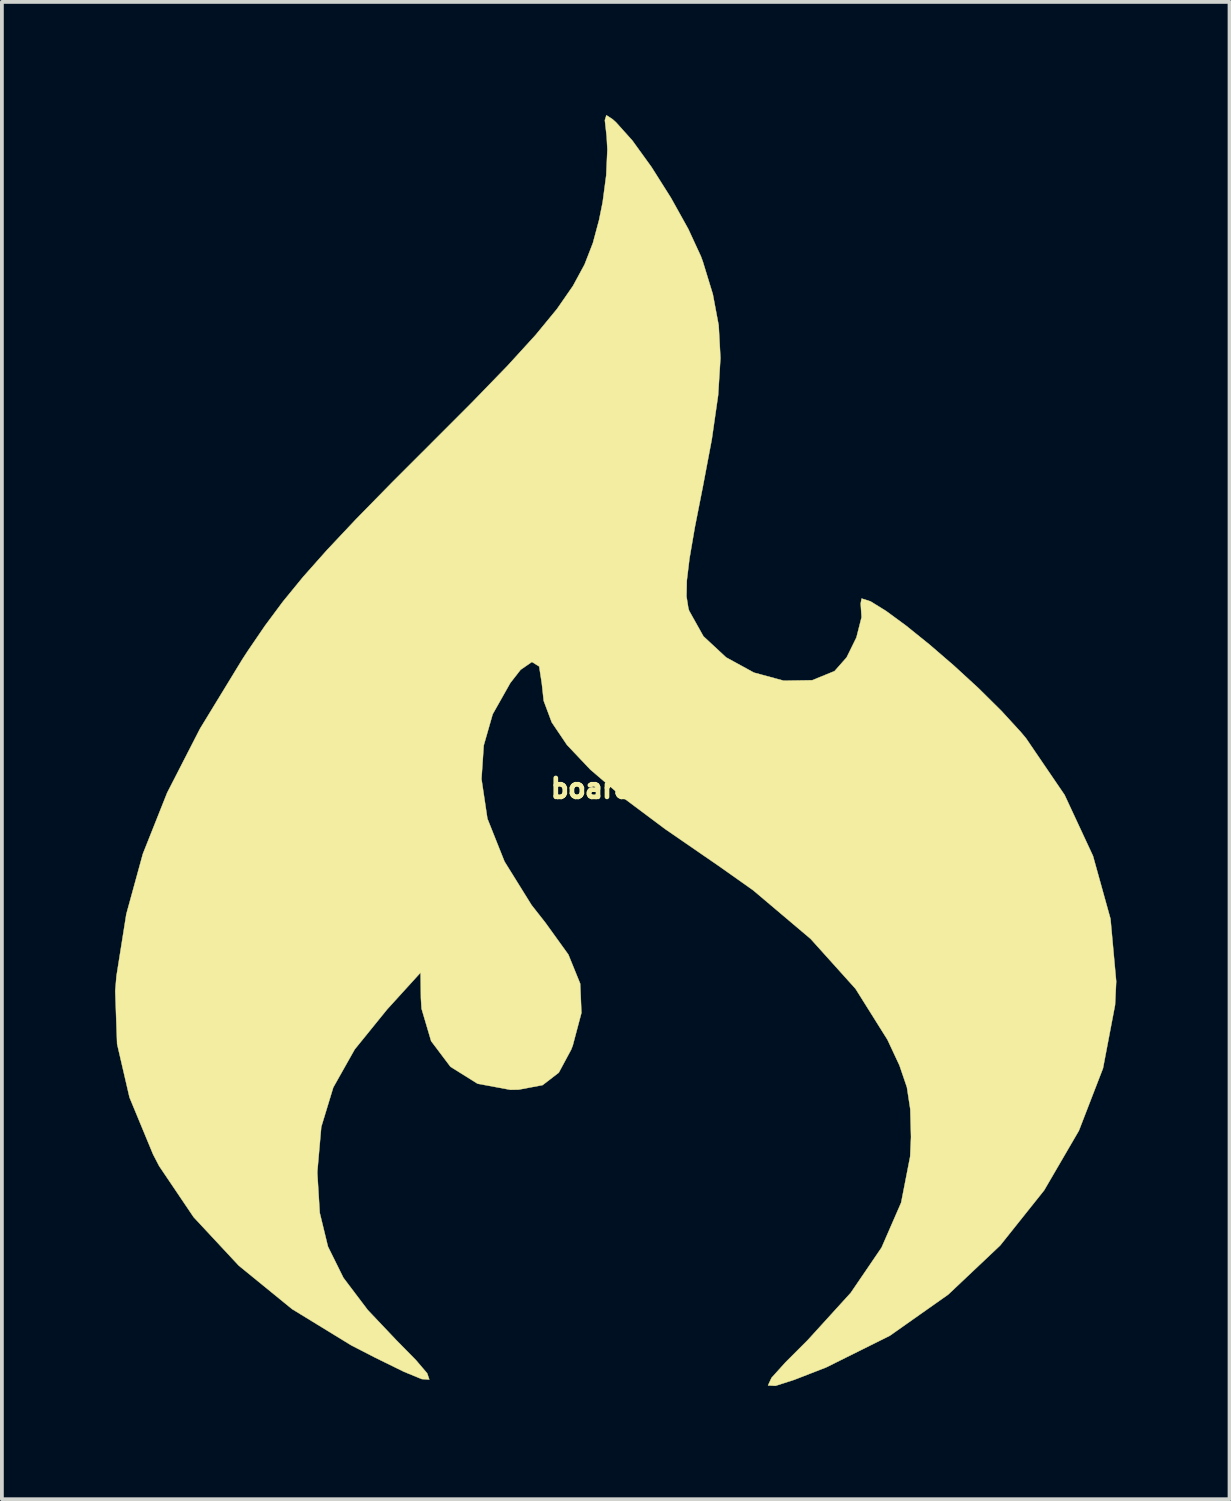
<source format=kicad_pcb>
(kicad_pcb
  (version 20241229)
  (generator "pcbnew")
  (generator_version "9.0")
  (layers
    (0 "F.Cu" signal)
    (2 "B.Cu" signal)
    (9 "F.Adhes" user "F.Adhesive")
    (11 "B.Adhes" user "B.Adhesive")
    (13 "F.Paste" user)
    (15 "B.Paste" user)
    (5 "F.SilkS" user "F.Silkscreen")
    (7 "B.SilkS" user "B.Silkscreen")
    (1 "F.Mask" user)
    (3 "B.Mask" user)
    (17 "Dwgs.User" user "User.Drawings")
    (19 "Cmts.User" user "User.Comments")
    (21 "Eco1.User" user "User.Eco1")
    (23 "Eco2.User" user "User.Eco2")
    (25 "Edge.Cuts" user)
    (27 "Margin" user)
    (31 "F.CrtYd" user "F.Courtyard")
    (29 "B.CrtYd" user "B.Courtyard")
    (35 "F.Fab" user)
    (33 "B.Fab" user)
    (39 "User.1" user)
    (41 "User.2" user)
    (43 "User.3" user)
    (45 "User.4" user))
  (footprint "boardFP"
    (layer "F.Cu")
    (at 13.091 17.853)
    (property "Reference" "boardFP" (at 0 0 0) (layer "F.SilkS") (effects (font (size 0.5 0.5) (thickness 0.3))))
    (attr through_hole)
    (fp_poly (pts (xy 0.103 -17.74) (xy 0.192 -17.66) (xy 0.625 -17.177) (xy 1.133 -16.474) (xy 1.649 -15.657) (xy 2.108 -14.832) (xy 2.444 -14.105) (xy 2.494 -13.968) (xy 2.759 -13.103) (xy 2.914 -12.277) (xy 2.961 -11.41) (xy 2.9 -10.427) (xy 2.731 -9.25) (xy 2.497 -8.013) (xy 2.28 -6.912) (xy 2.14 -6.096) (xy 2.069 -5.508) (xy 2.061 -5.089) (xy 2.11 -4.779) (xy 2.131 -4.709) (xy 2.51 -4.032) (xy 3.111 -3.473) (xy 3.849 -3.069) (xy 4.638 -2.855) (xy 5.393 -2.867) (xy 5.986 -3.109) (xy 6.307 -3.473) (xy 6.566 -4) (xy 6.703 -4.538) (xy 6.679 -4.901) (xy 6.704 -5.034) (xy 6.942 -4.957) (xy 7.349 -4.705) (xy 7.882 -4.314) (xy 8.499 -3.817) (xy 9.154 -3.252) (xy 9.806 -2.653) (xy 10.41 -2.055) (xy 10.924 -1.494) (xy 11.063 -1.328) (xy 12.086 0.174) (xy 12.839 1.792) (xy 13.303 3.461) (xy 13.454 5.118) (xy 13.424 5.744) (xy 13.104 7.423) (xy 12.465 9.076) (xy 11.544 10.657) (xy 10.377 12.12) (xy 9 13.421) (xy 7.451 14.513) (xy 5.764 15.352) (xy 5.733 15.364) (xy 4.92 15.68) (xy 4.42 15.841) (xy 4.222 15.831) (xy 4.315 15.629) (xy 4.687 15.217) (xy 5.275 14.629) (xy 6.415 13.376) (xy 7.233 12.175) (xy 7.752 10.984) (xy 7.991 9.761) (xy 8.014 9.245) (xy 7.994 8.504) (xy 7.905 7.924) (xy 7.708 7.346) (xy 7.39 6.665) (xy 6.543 5.314) (xy 5.352 3.99) (xy 3.83 2.703) (xy 2.915 2.056) (xy 1.497 1.08) (xy 0.371 0.238) (xy -0.489 -0.498) (xy -1.108 -1.152) (xy -1.512 -1.751) (xy -1.725 -2.321) (xy -1.776 -2.788) (xy -1.845 -3.233) (xy -2.038 -3.352) (xy -2.338 -3.145) (xy -2.61 -2.796) (xy -3.078 -1.967) (xy -3.315 -1.14) (xy -3.375 -0.25) (xy -3.218 0.802) (xy -2.765 1.939) (xy -2.046 3.096) (xy -1.683 3.558) (xy -1.071 4.407) (xy -0.758 5.177) (xy -0.725 5.952) (xy -0.955 6.819) (xy -0.998 6.929) (xy -1.325 7.537) (xy -1.755 7.868) (xy -2.39 7.988) (xy -2.608 7.992) (xy -3.479 7.83) (xy -4.197 7.381) (xy -4.71 6.7) (xy -4.964 5.841) (xy -4.981 5.56) (xy -4.99 4.885) (xy -5.877 5.86) (xy -6.736 6.92) (xy -7.305 7.93) (xy -7.623 8.976) (xy -7.726 10.149) (xy -7.727 10.213) (xy -7.663 11.255) (xy -7.446 12.148) (xy -7.035 12.978) (xy -6.391 13.83) (xy -5.636 14.627) (xy -5.112 15.16) (xy -4.814 15.51) (xy -4.758 15.676) (xy -4.958 15.662) (xy -5.428 15.469) (xy -6.184 15.098) (xy -6.826 14.768) (xy -8.397 13.806) (xy -9.81 12.654) (xy -11.006 11.37) (xy -11.921 10.014) (xy -12.082 9.704) (xy -12.707 8.195) (xy -13.036 6.777) (xy -13.086 5.37) (xy -13.053 4.978) (xy -12.792 3.335) (xy -12.353 1.736) (xy -11.709 0.117) (xy -10.837 -1.584) (xy -9.71 -3.431) (xy -9.573 -3.641) (xy -9.114 -4.314) (xy -8.639 -4.953) (xy -8.106 -5.605) (xy -7.474 -6.317) (xy -6.701 -7.138) (xy -5.744 -8.115) (xy -4.799 -9.059) (xy -3.625 -10.235) (xy -2.682 -11.208) (xy -1.941 -12.02) (xy -1.373 -12.711) (xy -0.95 -13.321) (xy -0.642 -13.89) (xy -0.421 -14.459) (xy -0.258 -15.067) (xy -0.162 -15.542) (xy -0.068 -16.252) (xy -0.037 -16.937) (xy -0.056 -17.288) (xy -0.104 -17.716) (xy -0.063 -17.848) (xy 0.103 -17.74)) (stroke (width 0.01) (type solid)) (fill yes) (layer "F.SilkS")))
  (gr_rect
    (start -3 -3)
    (end 29.55 36.7)
    (stroke (width 0.1) (type default))
    (fill no)
    (layer "Edge.Cuts")))
</source>
